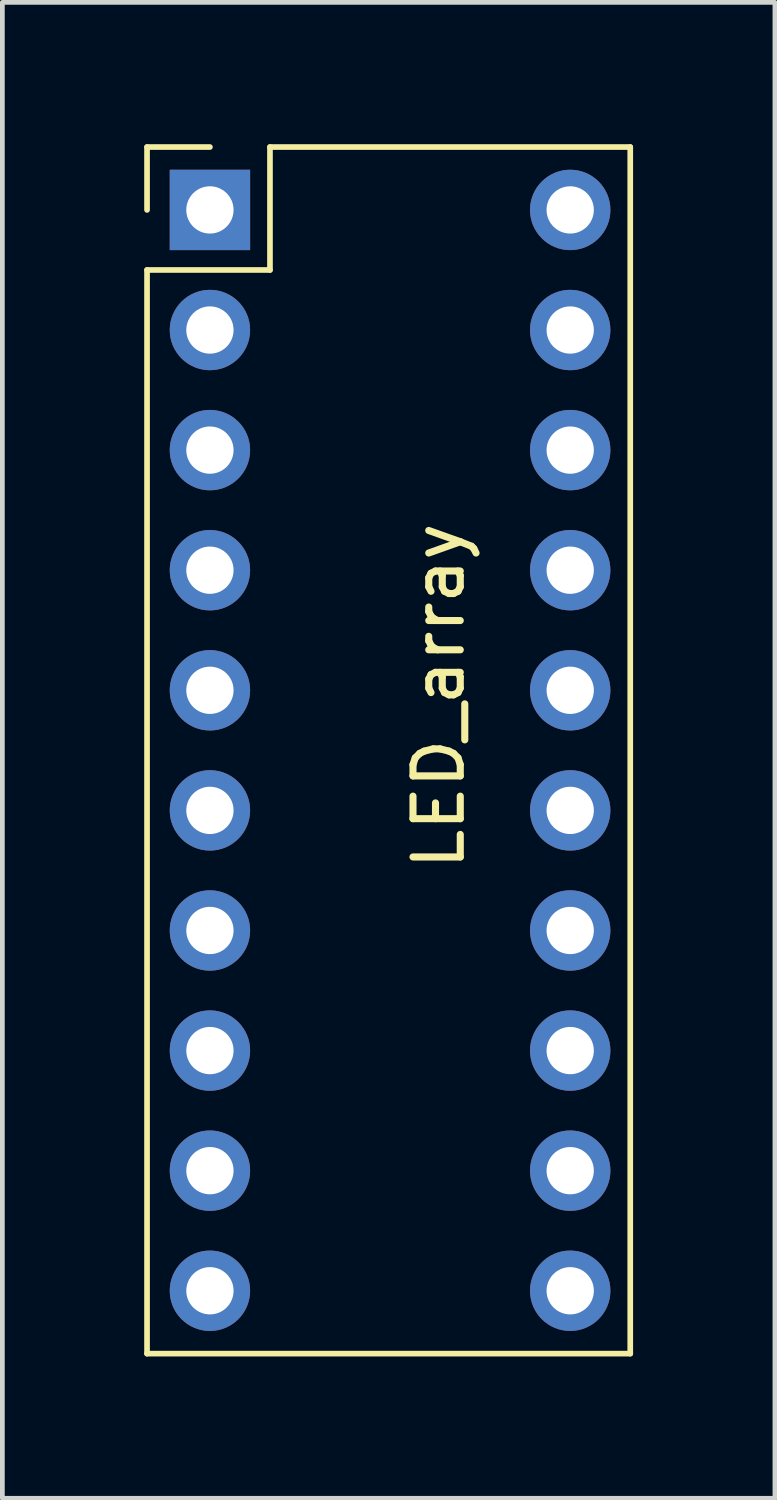
<source format=kicad_pcb>
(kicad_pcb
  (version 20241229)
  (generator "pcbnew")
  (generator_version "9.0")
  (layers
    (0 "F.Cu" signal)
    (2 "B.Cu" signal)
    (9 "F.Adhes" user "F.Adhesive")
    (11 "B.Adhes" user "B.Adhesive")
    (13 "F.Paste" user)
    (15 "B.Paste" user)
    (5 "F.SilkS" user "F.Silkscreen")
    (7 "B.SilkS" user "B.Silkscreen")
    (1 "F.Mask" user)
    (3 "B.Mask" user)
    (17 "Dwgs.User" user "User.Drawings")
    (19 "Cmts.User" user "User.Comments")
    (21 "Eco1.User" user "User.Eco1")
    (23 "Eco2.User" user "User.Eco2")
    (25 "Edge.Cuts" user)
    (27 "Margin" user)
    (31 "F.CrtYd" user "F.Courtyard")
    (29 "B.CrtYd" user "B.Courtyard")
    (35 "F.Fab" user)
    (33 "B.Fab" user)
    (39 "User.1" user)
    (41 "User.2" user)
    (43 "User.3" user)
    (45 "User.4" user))
  (footprint "LED_array"
    (layer "F.Cu")
    (at 1.39 1.39)
    (property "Reference" "LED_array" (at 4.84 10.28 90) (layer "F.SilkS") (effects (font (size 1 1) (thickness 0.15))))
    (attr through_hole)
    (fp_line (start -1.33 -1.33) (end 0 -1.33) (stroke (width 0.12) (type solid)) (layer "F.SilkS"))
    (fp_line (start -1.33 0) (end -1.33 -1.33) (stroke (width 0.12) (type solid)) (layer "F.SilkS"))
    (fp_line (start -1.33 1.27) (end -1.33 24.19) (stroke (width 0.12) (type solid)) (layer "F.SilkS"))
    (fp_line (start -1.33 1.27) (end 1.27 1.27) (stroke (width 0.12) (type solid)) (layer "F.SilkS"))
    (fp_line (start -1.33 24.19) (end 8.89 24.19) (stroke (width 0.12) (type solid)) (layer "F.SilkS"))
    (fp_line (start 1.27 -1.33) (end 8.89 -1.33) (stroke (width 0.12) (type solid)) (layer "F.SilkS"))
    (fp_line (start 1.27 1.27) (end 1.27 -1.33) (stroke (width 0.12) (type solid)) (layer "F.SilkS"))
    (fp_line (start 8.89 -1.33) (end 8.89 24.19) (stroke (width 0.12) (type solid)) (layer "F.SilkS"))
    (pad "1" thru_hole rect (at 0 0) (size 1.7 1.7) (drill 1) (layers "*.Cu" "*.Mask"))
    (pad "2" thru_hole oval (at 7.62 0) (size 1.7 1.7) (drill 1) (layers "*.Cu" "*.Mask"))
    (pad "3" thru_hole oval (at 0 2.54) (size 1.7 1.7) (drill 1) (layers "*.Cu" "*.Mask"))
    (pad "4" thru_hole oval (at 7.62 2.54) (size 1.7 1.7) (drill 1) (layers "*.Cu" "*.Mask"))
    (pad "5" thru_hole oval (at 0 5.08) (size 1.7 1.7) (drill 1) (layers "*.Cu" "*.Mask"))
    (pad "6" thru_hole oval (at 7.62 5.08) (size 1.7 1.7) (drill 1) (layers "*.Cu" "*.Mask"))
    (pad "7" thru_hole oval (at 0 7.62) (size 1.7 1.7) (drill 1) (layers "*.Cu" "*.Mask"))
    (pad "8" thru_hole oval (at 7.62 7.62) (size 1.7 1.7) (drill 1) (layers "*.Cu" "*.Mask"))
    (pad "9" thru_hole oval (at 0 10.16) (size 1.7 1.7) (drill 1) (layers "*.Cu" "*.Mask"))
    (pad "10" thru_hole oval (at 7.62 10.16) (size 1.7 1.7) (drill 1) (layers "*.Cu" "*.Mask"))
    (pad "11" thru_hole oval (at 0 12.7) (size 1.7 1.7) (drill 1) (layers "*.Cu" "*.Mask"))
    (pad "12" thru_hole oval (at 7.62 12.7) (size 1.7 1.7) (drill 1) (layers "*.Cu" "*.Mask"))
    (pad "13" thru_hole oval (at 0 15.24) (size 1.7 1.7) (drill 1) (layers "*.Cu" "*.Mask"))
    (pad "14" thru_hole oval (at 7.62 15.24) (size 1.7 1.7) (drill 1) (layers "*.Cu" "*.Mask"))
    (pad "15" thru_hole oval (at 0 17.78) (size 1.7 1.7) (drill 1) (layers "*.Cu" "*.Mask"))
    (pad "16" thru_hole oval (at 7.62 17.78) (size 1.7 1.7) (drill 1) (layers "*.Cu" "*.Mask"))
    (pad "17" thru_hole oval (at 0 20.32) (size 1.7 1.7) (drill 1) (layers "*.Cu" "*.Mask"))
    (pad "18" thru_hole oval (at 7.62 20.32) (size 1.7 1.7) (drill 1) (layers "*.Cu" "*.Mask"))
    (pad "19" thru_hole oval (at 0 22.86) (size 1.7 1.7) (drill 1) (layers "*.Cu" "*.Mask"))
    (pad "20" thru_hole oval (at 7.62 22.86) (size 1.7 1.7) (drill 1) (layers "*.Cu" "*.Mask")))
  (gr_rect
    (start -3 -3)
    (end 13.34 28.64)
    (stroke (width 0.1) (type default))
    (fill no)
    (layer "Edge.Cuts")))
</source>
